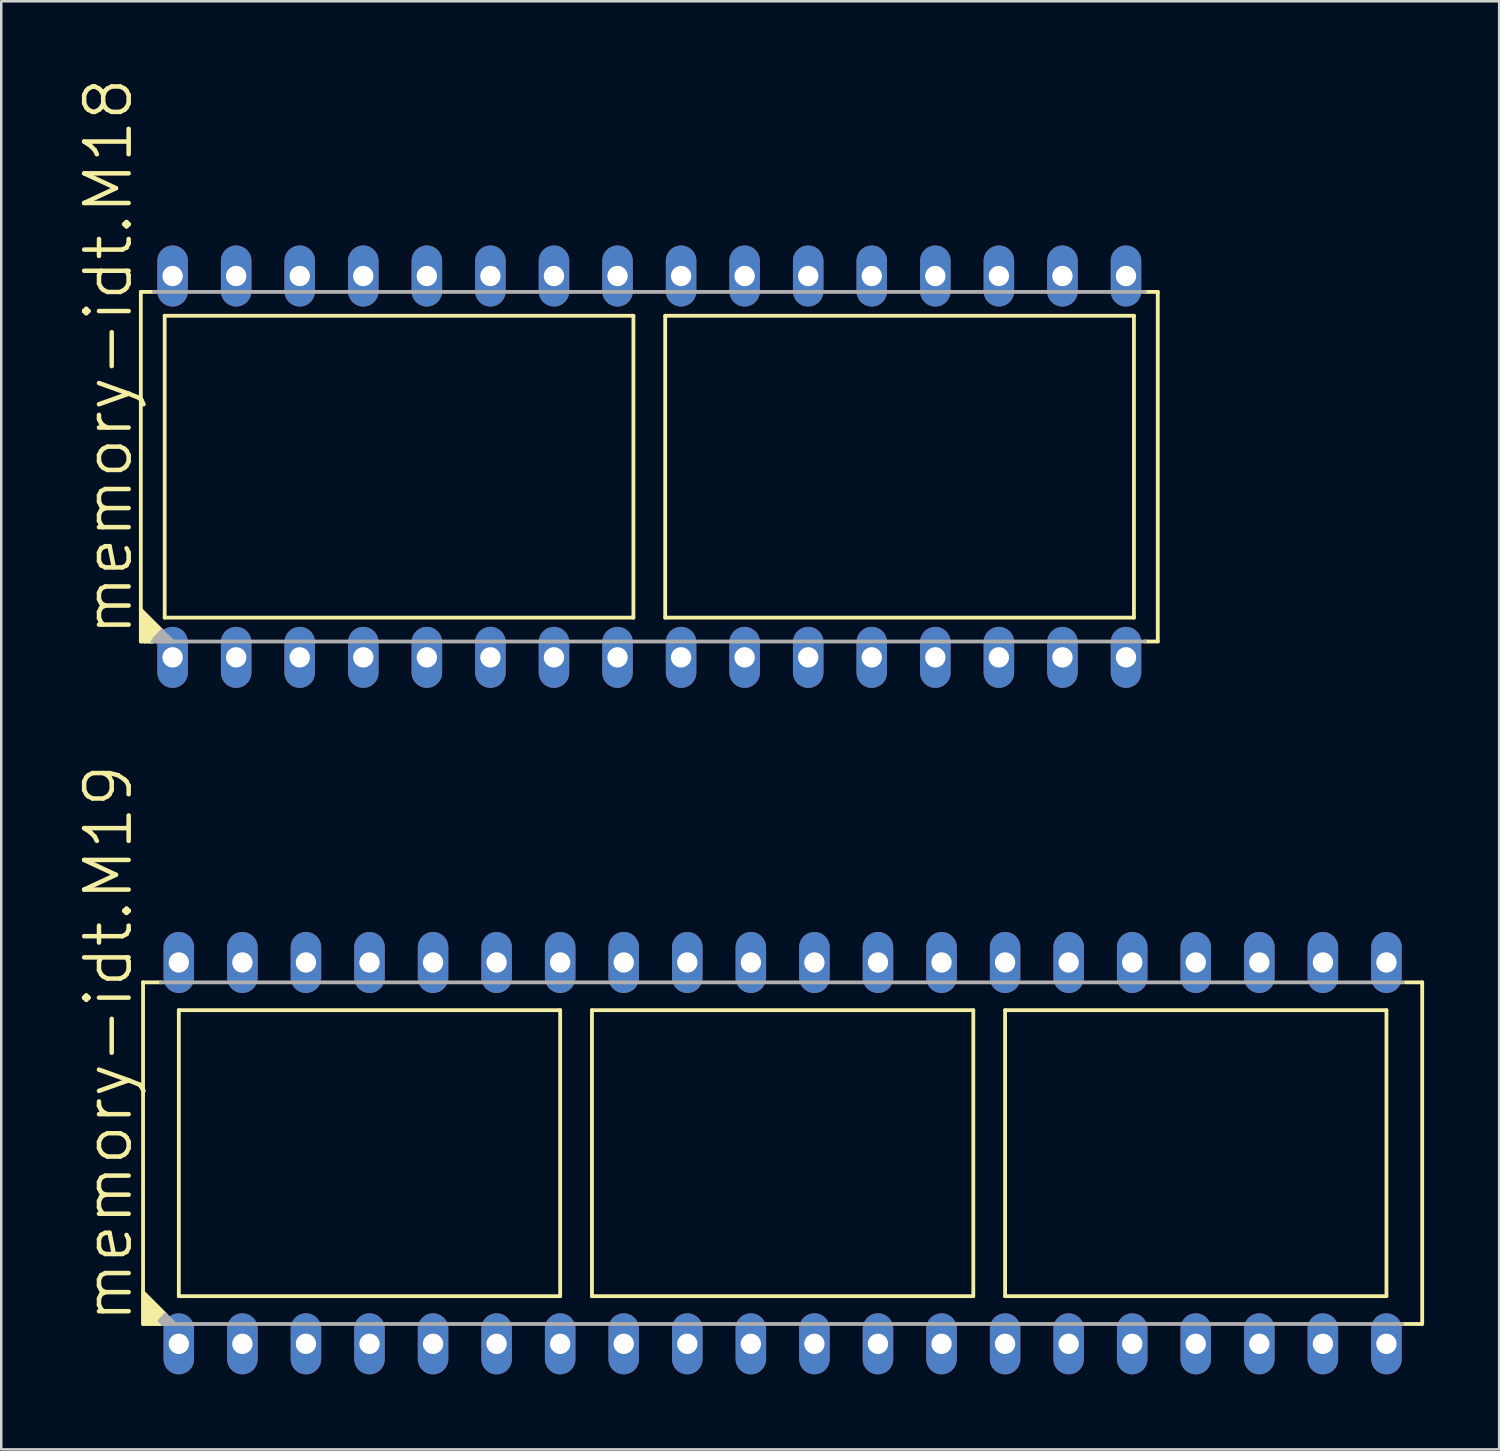
<source format=kicad_pcb>
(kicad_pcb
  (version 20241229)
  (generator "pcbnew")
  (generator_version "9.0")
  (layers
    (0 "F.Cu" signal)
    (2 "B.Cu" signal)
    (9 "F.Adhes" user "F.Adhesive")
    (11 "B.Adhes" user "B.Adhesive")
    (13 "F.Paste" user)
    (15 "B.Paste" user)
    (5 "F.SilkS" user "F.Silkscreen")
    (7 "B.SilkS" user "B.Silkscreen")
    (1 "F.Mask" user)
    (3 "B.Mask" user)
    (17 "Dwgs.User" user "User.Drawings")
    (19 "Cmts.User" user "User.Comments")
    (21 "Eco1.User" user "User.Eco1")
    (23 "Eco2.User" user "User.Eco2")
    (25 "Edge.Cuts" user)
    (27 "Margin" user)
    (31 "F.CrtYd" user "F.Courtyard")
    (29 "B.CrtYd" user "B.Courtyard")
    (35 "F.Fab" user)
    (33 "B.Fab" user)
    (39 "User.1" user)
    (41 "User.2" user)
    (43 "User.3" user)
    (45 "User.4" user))
  (footprint "memory-idt.M18"
    (layer "F.Cu")
    (at 22.898 15.6)
    (property "Reference" "memory-idt.M18" (at -20.58 6.852 90) (layer "F.SilkS") (effects (font (size 1.778 1.778) (thickness 0.18)) (justify left bottom)))
    (attr through_hole)
    (fp_line (start -20.32 -6.985) (end -20.32 5.715) (stroke (width 0.152) (type default)) (layer "F.SilkS"))
    (fp_line (start -20.32 -6.985) (end -19.812 -6.985) (stroke (width 0.152) (type default)) (layer "F.SilkS"))
    (fp_line (start -20.32 5.715) (end -20.32 5.874) (stroke (width 0.152) (type default)) (layer "F.SilkS"))
    (fp_line (start -20.32 5.715) (end -19.482 6.553) (stroke (width 0.152) (type default)) (layer "F.SilkS"))
    (fp_line (start -20.32 5.874) (end -20.32 6.032) (stroke (width 0.152) (type default)) (layer "F.SilkS"))
    (fp_line (start -20.32 5.874) (end -19.564 6.629) (stroke (width 0.152) (type default)) (layer "F.SilkS"))
    (fp_line (start -20.32 6.032) (end -20.32 6.191) (stroke (width 0.152) (type default)) (layer "F.SilkS"))
    (fp_line (start -20.32 6.032) (end -19.647 6.706) (stroke (width 0.152) (type default)) (layer "F.SilkS"))
    (fp_line (start -20.32 6.191) (end -20.32 6.35) (stroke (width 0.152) (type default)) (layer "F.SilkS"))
    (fp_line (start -20.32 6.191) (end -19.73 6.782) (stroke (width 0.152) (type default)) (layer "F.SilkS"))
    (fp_line (start -20.32 6.35) (end -20.32 6.509) (stroke (width 0.152) (type default)) (layer "F.SilkS"))
    (fp_line (start -20.32 6.35) (end -19.812 6.858) (stroke (width 0.152) (type default)) (layer "F.SilkS"))
    (fp_line (start -20.32 6.509) (end -20.32 6.668) (stroke (width 0.152) (type default)) (layer "F.SilkS"))
    (fp_line (start -20.32 6.509) (end -19.844 6.985) (stroke (width 0.152) (type default)) (layer "F.SilkS"))
    (fp_line (start -20.32 6.668) (end -20.32 6.826) (stroke (width 0.152) (type default)) (layer "F.SilkS"))
    (fp_line (start -20.32 6.668) (end -20.003 6.985) (stroke (width 0.152) (type default)) (layer "F.SilkS"))
    (fp_line (start -20.32 6.826) (end -20.32 6.985) (stroke (width 0.152) (type default)) (layer "F.SilkS"))
    (fp_line (start -20.32 6.826) (end -20.161 6.985) (stroke (width 0.152) (type default)) (layer "F.SilkS"))
    (fp_line (start -20.32 6.985) (end -20.161 6.985) (stroke (width 0.152) (type default)) (layer "F.SilkS"))
    (fp_line (start -20.161 6.985) (end -20.003 6.985) (stroke (width 0.152) (type default)) (layer "F.SilkS"))
    (fp_line (start -20.003 6.985) (end -19.914 6.985) (stroke (width 0.152) (type default)) (layer "F.SilkS"))
    (fp_line (start -19.914 6.985) (end -19.844 6.985) (stroke (width 0.152) (type default)) (layer "F.SilkS"))
    (fp_line (start -19.482 6.553) (end -19.914 6.985) (stroke (width 0.152) (type default)) (layer "F.SilkS"))
    (fp_line (start -19.367 -6.032) (end -0.635 -6.032) (stroke (width 0.152) (type default)) (layer "F.SilkS"))
    (fp_line (start -19.367 6.032) (end -19.367 -6.032) (stroke (width 0.152) (type default)) (layer "F.SilkS"))
    (fp_line (start -0.635 -6.032) (end -0.635 6.032) (stroke (width 0.152) (type default)) (layer "F.SilkS"))
    (fp_line (start -0.635 6.032) (end -19.367 6.032) (stroke (width 0.152) (type default)) (layer "F.SilkS"))
    (fp_line (start 0.635 -6.032) (end 19.367 -6.032) (stroke (width 0.152) (type default)) (layer "F.SilkS"))
    (fp_line (start 0.635 6.032) (end 0.635 -6.032) (stroke (width 0.152) (type default)) (layer "F.SilkS"))
    (fp_line (start 19.367 -6.032) (end 19.367 6.032) (stroke (width 0.152) (type default)) (layer "F.SilkS"))
    (fp_line (start 19.367 6.032) (end 0.635 6.032) (stroke (width 0.152) (type default)) (layer "F.SilkS"))
    (fp_line (start 19.812 -6.985) (end 20.32 -6.985) (stroke (width 0.152) (type default)) (layer "F.SilkS"))
    (fp_line (start 19.812 6.985) (end 20.32 6.985) (stroke (width 0.152) (type default)) (layer "F.SilkS"))
    (fp_line (start 20.32 6.985) (end 20.32 -6.985) (stroke (width 0.152) (type default)) (layer "F.SilkS"))
    (fp_line (start -19.844 6.985) (end -19.685 6.985) (stroke (width 0.152) (type default)) (layer "F.Fab"))
    (fp_line (start -19.787 6.883) (end -19.685 6.985) (stroke (width 0.152) (type default)) (layer "F.Fab"))
    (fp_line (start -19.71 6.801) (end -19.526 6.985) (stroke (width 0.152) (type default)) (layer "F.Fab"))
    (fp_line (start -19.685 6.985) (end -19.526 6.985) (stroke (width 0.152) (type default)) (layer "F.Fab"))
    (fp_line (start -19.634 6.718) (end -19.367 6.985) (stroke (width 0.152) (type default)) (layer "F.Fab"))
    (fp_line (start -19.558 6.636) (end -19.209 6.985) (stroke (width 0.152) (type default)) (layer "F.Fab"))
    (fp_line (start -19.526 6.985) (end -19.367 6.985) (stroke (width 0.152) (type default)) (layer "F.Fab"))
    (fp_line (start -19.482 6.553) (end -19.05 6.985) (stroke (width 0.152) (type default)) (layer "F.Fab"))
    (fp_line (start -19.367 6.985) (end -19.209 6.985) (stroke (width 0.152) (type default)) (layer "F.Fab"))
    (fp_line (start -19.209 6.985) (end -19.05 6.985) (stroke (width 0.152) (type default)) (layer "F.Fab"))
    (fp_line (start -19.05 6.985) (end 19.812 6.985) (stroke (width 0.152) (type default)) (layer "F.Fab"))
    (fp_line (start 19.812 -6.985) (end -19.812 -6.985) (stroke (width 0.152) (type default)) (layer "F.Fab"))
    (pad "1" thru_hole oval (at -19.05 7.62 90) (size 2.438 1.219) (drill 0.813) (layers "*.Cu" "*.Mask"))
    (pad "2" thru_hole oval (at -16.51 7.62 90) (size 2.438 1.219) (drill 0.813) (layers "*.Cu" "*.Mask"))
    (pad "3" thru_hole oval (at -13.97 7.62 90) (size 2.438 1.219) (drill 0.813) (layers "*.Cu" "*.Mask"))
    (pad "4" thru_hole oval (at -11.43 7.62 90) (size 2.438 1.219) (drill 0.813) (layers "*.Cu" "*.Mask"))
    (pad "5" thru_hole oval (at -8.89 7.62 90) (size 2.438 1.219) (drill 0.813) (layers "*.Cu" "*.Mask"))
    (pad "6" thru_hole oval (at -6.35 7.62 90) (size 2.438 1.219) (drill 0.813) (layers "*.Cu" "*.Mask"))
    (pad "7" thru_hole oval (at -3.81 7.62 90) (size 2.438 1.219) (drill 0.813) (layers "*.Cu" "*.Mask"))
    (pad "8" thru_hole oval (at -1.27 7.62 90) (size 2.438 1.219) (drill 0.813) (layers "*.Cu" "*.Mask"))
    (pad "9" thru_hole oval (at 1.27 7.62 90) (size 2.438 1.219) (drill 0.813) (layers "*.Cu" "*.Mask"))
    (pad "10" thru_hole oval (at 3.81 7.62 90) (size 2.438 1.219) (drill 0.813) (layers "*.Cu" "*.Mask"))
    (pad "11" thru_hole oval (at 6.35 7.62 90) (size 2.438 1.219) (drill 0.813) (layers "*.Cu" "*.Mask"))
    (pad "12" thru_hole oval (at 8.89 7.62 90) (size 2.438 1.219) (drill 0.813) (layers "*.Cu" "*.Mask"))
    (pad "13" thru_hole oval (at 11.43 7.62 90) (size 2.438 1.219) (drill 0.813) (layers "*.Cu" "*.Mask"))
    (pad "14" thru_hole oval (at 13.97 7.62 90) (size 2.438 1.219) (drill 0.813) (layers "*.Cu" "*.Mask"))
    (pad "15" thru_hole oval (at 16.51 7.62 90) (size 2.438 1.219) (drill 0.813) (layers "*.Cu" "*.Mask"))
    (pad "16" thru_hole oval (at 19.05 7.62 90) (size 2.438 1.219) (drill 0.813) (layers "*.Cu" "*.Mask"))
    (pad "17" thru_hole oval (at 19.05 -7.62 90) (size 2.438 1.219) (drill 0.813) (layers "*.Cu" "*.Mask"))
    (pad "18" thru_hole oval (at 16.51 -7.62 90) (size 2.438 1.219) (drill 0.813) (layers "*.Cu" "*.Mask"))
    (pad "19" thru_hole oval (at 13.97 -7.62 90) (size 2.438 1.219) (drill 0.813) (layers "*.Cu" "*.Mask"))
    (pad "20" thru_hole oval (at 11.43 -7.62 90) (size 2.438 1.219) (drill 0.813) (layers "*.Cu" "*.Mask"))
    (pad "21" thru_hole oval (at 8.89 -7.62 90) (size 2.438 1.219) (drill 0.813) (layers "*.Cu" "*.Mask"))
    (pad "22" thru_hole oval (at 6.35 -7.62 90) (size 2.438 1.219) (drill 0.813) (layers "*.Cu" "*.Mask"))
    (pad "23" thru_hole oval (at 3.81 -7.62 90) (size 2.438 1.219) (drill 0.813) (layers "*.Cu" "*.Mask"))
    (pad "24" thru_hole oval (at 1.27 -7.62 90) (size 2.438 1.219) (drill 0.813) (layers "*.Cu" "*.Mask"))
    (pad "25" thru_hole oval (at -1.27 -7.62 90) (size 2.438 1.219) (drill 0.813) (layers "*.Cu" "*.Mask"))
    (pad "26" thru_hole oval (at -3.81 -7.62 90) (size 2.438 1.219) (drill 0.813) (layers "*.Cu" "*.Mask"))
    (pad "27" thru_hole oval (at -6.35 -7.62 90) (size 2.438 1.219) (drill 0.813) (layers "*.Cu" "*.Mask"))
    (pad "28" thru_hole oval (at -8.89 -7.62 90) (size 2.438 1.219) (drill 0.813) (layers "*.Cu" "*.Mask"))
    (pad "29" thru_hole oval (at -11.43 -7.62 90) (size 2.438 1.219) (drill 0.813) (layers "*.Cu" "*.Mask"))
    (pad "30" thru_hole oval (at -13.97 -7.62 90) (size 2.438 1.219) (drill 0.813) (layers "*.Cu" "*.Mask"))
    (pad "31" thru_hole oval (at -16.51 -7.62 90) (size 2.438 1.219) (drill 0.813) (layers "*.Cu" "*.Mask"))
    (pad "32" thru_hole oval (at -19.05 -7.62 90) (size 2.438 1.219) (drill 0.813) (layers "*.Cu" "*.Mask")))
  (footprint "memory-idt.M19"
    (layer "F.Cu")
    (at 28.226 43.033)
    (property "Reference" "memory-idt.M19" (at -25.908 6.858 90) (layer "F.SilkS") (effects (font (size 1.778 1.778) (thickness 0.18)) (justify left bottom)))
    (attr through_hole)
    (fp_line (start -25.559 -6.826) (end -24.86 -6.826) (stroke (width 0.152) (type default)) (layer "F.SilkS"))
    (fp_line (start -25.559 5.556) (end -25.559 -6.826) (stroke (width 0.152) (type default)) (layer "F.SilkS"))
    (fp_line (start -25.559 5.556) (end -24.67 6.445) (stroke (width 0.152) (type default)) (layer "F.SilkS"))
    (fp_line (start -25.559 5.715) (end -25.559 5.556) (stroke (width 0.152) (type default)) (layer "F.SilkS"))
    (fp_line (start -25.559 5.715) (end -24.752 6.522) (stroke (width 0.152) (type default)) (layer "F.SilkS"))
    (fp_line (start -25.559 5.874) (end -25.559 5.715) (stroke (width 0.152) (type default)) (layer "F.SilkS"))
    (fp_line (start -25.559 5.874) (end -24.835 6.598) (stroke (width 0.152) (type default)) (layer "F.SilkS"))
    (fp_line (start -25.559 6.033) (end -25.559 5.874) (stroke (width 0.152) (type default)) (layer "F.SilkS"))
    (fp_line (start -25.559 6.033) (end -24.918 6.674) (stroke (width 0.152) (type default)) (layer "F.SilkS"))
    (fp_line (start -25.559 6.191) (end -25.559 6.033) (stroke (width 0.152) (type default)) (layer "F.SilkS"))
    (fp_line (start -25.559 6.191) (end -24.924 6.826) (stroke (width 0.152) (type default)) (layer "F.SilkS"))
    (fp_line (start -25.559 6.35) (end -25.559 6.191) (stroke (width 0.152) (type default)) (layer "F.SilkS"))
    (fp_line (start -25.559 6.35) (end -25.083 6.826) (stroke (width 0.152) (type default)) (layer "F.SilkS"))
    (fp_line (start -25.559 6.509) (end -25.559 6.35) (stroke (width 0.152) (type default)) (layer "F.SilkS"))
    (fp_line (start -25.559 6.509) (end -25.241 6.826) (stroke (width 0.152) (type default)) (layer "F.SilkS"))
    (fp_line (start -25.559 6.668) (end -25.559 6.509) (stroke (width 0.152) (type default)) (layer "F.SilkS"))
    (fp_line (start -25.559 6.668) (end -25.4 6.826) (stroke (width 0.152) (type default)) (layer "F.SilkS"))
    (fp_line (start -25.559 6.826) (end -25.559 6.668) (stroke (width 0.152) (type default)) (layer "F.SilkS"))
    (fp_line (start -25.4 6.826) (end -25.559 6.826) (stroke (width 0.152) (type default)) (layer "F.SilkS"))
    (fp_line (start -25.241 6.826) (end -25.4 6.826) (stroke (width 0.152) (type default)) (layer "F.SilkS"))
    (fp_line (start -25.083 6.826) (end -25.241 6.826) (stroke (width 0.152) (type default)) (layer "F.SilkS"))
    (fp_line (start -24.924 6.826) (end -25.083 6.826) (stroke (width 0.152) (type default)) (layer "F.SilkS"))
    (fp_line (start -24.765 6.826) (end -24.924 6.826) (stroke (width 0.152) (type default)) (layer "F.SilkS"))
    (fp_line (start -24.13 -5.715) (end -8.89 -5.715) (stroke (width 0.152) (type default)) (layer "F.SilkS"))
    (fp_line (start -24.13 5.715) (end -24.13 -5.715) (stroke (width 0.152) (type default)) (layer "F.SilkS"))
    (fp_line (start -8.89 -5.715) (end -8.89 5.715) (stroke (width 0.152) (type default)) (layer "F.SilkS"))
    (fp_line (start -8.89 5.715) (end -24.13 5.715) (stroke (width 0.152) (type default)) (layer "F.SilkS"))
    (fp_line (start -7.62 -5.715) (end -7.62 5.715) (stroke (width 0.152) (type default)) (layer "F.SilkS"))
    (fp_line (start -7.62 5.715) (end 7.62 5.715) (stroke (width 0.152) (type default)) (layer "F.SilkS"))
    (fp_line (start 7.62 -5.715) (end -7.62 -5.715) (stroke (width 0.152) (type default)) (layer "F.SilkS"))
    (fp_line (start 7.62 5.715) (end 7.62 -5.715) (stroke (width 0.152) (type default)) (layer "F.SilkS"))
    (fp_line (start 8.89 -5.715) (end 8.89 5.715) (stroke (width 0.152) (type default)) (layer "F.SilkS"))
    (fp_line (start 8.89 5.715) (end 24.13 5.715) (stroke (width 0.152) (type default)) (layer "F.SilkS"))
    (fp_line (start 24.13 -5.715) (end 8.89 -5.715) (stroke (width 0.152) (type default)) (layer "F.SilkS"))
    (fp_line (start 24.13 5.715) (end 24.13 -5.715) (stroke (width 0.152) (type default)) (layer "F.SilkS"))
    (fp_line (start 24.86 -6.826) (end 25.559 -6.826) (stroke (width 0.152) (type default)) (layer "F.SilkS"))
    (fp_line (start 25.552 6.826) (end 24.733 6.826) (stroke (width 0.152) (type default)) (layer "F.SilkS"))
    (fp_line (start 25.559 -6.826) (end 25.559 6.826) (stroke (width 0.152) (type default)) (layer "F.SilkS"))
    (fp_line (start -24.898 6.693) (end -24.765 6.826) (stroke (width 0.152) (type default)) (layer "F.Fab"))
    (fp_line (start -24.848 -6.826) (end 24.797 -6.826) (stroke (width 0.152) (type default)) (layer "F.Fab"))
    (fp_line (start -24.822 6.61) (end -24.606 6.826) (stroke (width 0.152) (type default)) (layer "F.Fab"))
    (fp_line (start -24.746 6.528) (end -24.448 6.826) (stroke (width 0.152) (type default)) (layer "F.Fab"))
    (fp_line (start -24.67 6.445) (end -24.289 6.826) (stroke (width 0.152) (type default)) (layer "F.Fab"))
    (fp_line (start -24.606 6.826) (end -24.765 6.826) (stroke (width 0.152) (type default)) (layer "F.Fab"))
    (fp_line (start -24.448 6.826) (end -24.606 6.826) (stroke (width 0.152) (type default)) (layer "F.Fab"))
    (fp_line (start -24.289 6.826) (end -24.448 6.826) (stroke (width 0.152) (type default)) (layer "F.Fab"))
    (fp_line (start 24.765 6.826) (end -24.289 6.826) (stroke (width 0.152) (type default)) (layer "F.Fab"))
    (pad "1" thru_hole oval (at -24.13 7.62 90) (size 2.438 1.219) (drill 0.813) (layers "*.Cu" "*.Mask"))
    (pad "2" thru_hole oval (at -21.59 7.62 90) (size 2.438 1.219) (drill 0.813) (layers "*.Cu" "*.Mask"))
    (pad "3" thru_hole oval (at -19.05 7.62 90) (size 2.438 1.219) (drill 0.813) (layers "*.Cu" "*.Mask"))
    (pad "4" thru_hole oval (at -16.51 7.62 90) (size 2.438 1.219) (drill 0.813) (layers "*.Cu" "*.Mask"))
    (pad "5" thru_hole oval (at -13.97 7.62 90) (size 2.438 1.219) (drill 0.813) (layers "*.Cu" "*.Mask"))
    (pad "6" thru_hole oval (at -11.43 7.62 90) (size 2.438 1.219) (drill 0.813) (layers "*.Cu" "*.Mask"))
    (pad "7" thru_hole oval (at -8.89 7.62 90) (size 2.438 1.219) (drill 0.813) (layers "*.Cu" "*.Mask"))
    (pad "8" thru_hole oval (at -6.35 7.62 90) (size 2.438 1.219) (drill 0.813) (layers "*.Cu" "*.Mask"))
    (pad "9" thru_hole oval (at -3.81 7.62 90) (size 2.438 1.219) (drill 0.813) (layers "*.Cu" "*.Mask"))
    (pad "10" thru_hole oval (at -1.27 7.62 90) (size 2.438 1.219) (drill 0.813) (layers "*.Cu" "*.Mask"))
    (pad "11" thru_hole oval (at 1.27 7.62 90) (size 2.438 1.219) (drill 0.813) (layers "*.Cu" "*.Mask"))
    (pad "12" thru_hole oval (at 3.81 7.62 90) (size 2.438 1.219) (drill 0.813) (layers "*.Cu" "*.Mask"))
    (pad "13" thru_hole oval (at 6.35 7.62 90) (size 2.438 1.219) (drill 0.813) (layers "*.Cu" "*.Mask"))
    (pad "14" thru_hole oval (at 8.89 7.62 90) (size 2.438 1.219) (drill 0.813) (layers "*.Cu" "*.Mask"))
    (pad "15" thru_hole oval (at 11.43 7.62 90) (size 2.438 1.219) (drill 0.813) (layers "*.Cu" "*.Mask"))
    (pad "16" thru_hole oval (at 13.97 7.62 90) (size 2.438 1.219) (drill 0.813) (layers "*.Cu" "*.Mask"))
    (pad "17" thru_hole oval (at 16.51 7.62 90) (size 2.438 1.219) (drill 0.813) (layers "*.Cu" "*.Mask"))
    (pad "18" thru_hole oval (at 19.05 7.62 90) (size 2.438 1.219) (drill 0.813) (layers "*.Cu" "*.Mask"))
    (pad "19" thru_hole oval (at 21.59 7.62 90) (size 2.438 1.219) (drill 0.813) (layers "*.Cu" "*.Mask"))
    (pad "20" thru_hole oval (at 24.13 7.62 90) (size 2.438 1.219) (drill 0.813) (layers "*.Cu" "*.Mask"))
    (pad "21" thru_hole oval (at 24.13 -7.62 90) (size 2.438 1.219) (drill 0.813) (layers "*.Cu" "*.Mask"))
    (pad "22" thru_hole oval (at 21.59 -7.62 90) (size 2.438 1.219) (drill 0.813) (layers "*.Cu" "*.Mask"))
    (pad "23" thru_hole oval (at 19.05 -7.62 90) (size 2.438 1.219) (drill 0.813) (layers "*.Cu" "*.Mask"))
    (pad "24" thru_hole oval (at 16.51 -7.62 90) (size 2.438 1.219) (drill 0.813) (layers "*.Cu" "*.Mask"))
    (pad "25" thru_hole oval (at 13.97 -7.62 90) (size 2.438 1.219) (drill 0.813) (layers "*.Cu" "*.Mask"))
    (pad "26" thru_hole oval (at 11.43 -7.62 90) (size 2.438 1.219) (drill 0.813) (layers "*.Cu" "*.Mask"))
    (pad "27" thru_hole oval (at 8.89 -7.62 90) (size 2.438 1.219) (drill 0.813) (layers "*.Cu" "*.Mask"))
    (pad "28" thru_hole oval (at 6.35 -7.62 90) (size 2.438 1.219) (drill 0.813) (layers "*.Cu" "*.Mask"))
    (pad "29" thru_hole oval (at 3.81 -7.62 90) (size 2.438 1.219) (drill 0.813) (layers "*.Cu" "*.Mask"))
    (pad "30" thru_hole oval (at 1.27 -7.62 90) (size 2.438 1.219) (drill 0.813) (layers "*.Cu" "*.Mask"))
    (pad "31" thru_hole oval (at -1.27 -7.62 90) (size 2.438 1.219) (drill 0.813) (layers "*.Cu" "*.Mask"))
    (pad "32" thru_hole oval (at -3.81 -7.62 90) (size 2.438 1.219) (drill 0.813) (layers "*.Cu" "*.Mask"))
    (pad "33" thru_hole oval (at -6.35 -7.62 90) (size 2.438 1.219) (drill 0.813) (layers "*.Cu" "*.Mask"))
    (pad "34" thru_hole oval (at -8.89 -7.62 90) (size 2.438 1.219) (drill 0.813) (layers "*.Cu" "*.Mask"))
    (pad "35" thru_hole oval (at -11.43 -7.62 90) (size 2.438 1.219) (drill 0.813) (layers "*.Cu" "*.Mask"))
    (pad "36" thru_hole oval (at -13.97 -7.62 90) (size 2.438 1.219) (drill 0.813) (layers "*.Cu" "*.Mask"))
    (pad "37" thru_hole oval (at -16.51 -7.62 90) (size 2.438 1.219) (drill 0.813) (layers "*.Cu" "*.Mask"))
    (pad "38" thru_hole oval (at -19.05 -7.62 90) (size 2.438 1.219) (drill 0.813) (layers "*.Cu" "*.Mask"))
    (pad "39" thru_hole oval (at -21.59 -7.62 90) (size 2.438 1.219) (drill 0.813) (layers "*.Cu" "*.Mask"))
    (pad "40" thru_hole oval (at -24.13 -7.62 90) (size 2.438 1.219) (drill 0.813) (layers "*.Cu" "*.Mask")))
  (gr_rect
    (start -3 -3)
    (end 56.861 54.872)
    (stroke (width 0.1) (type default))
    (fill no)
    (layer "Edge.Cuts")))
</source>
